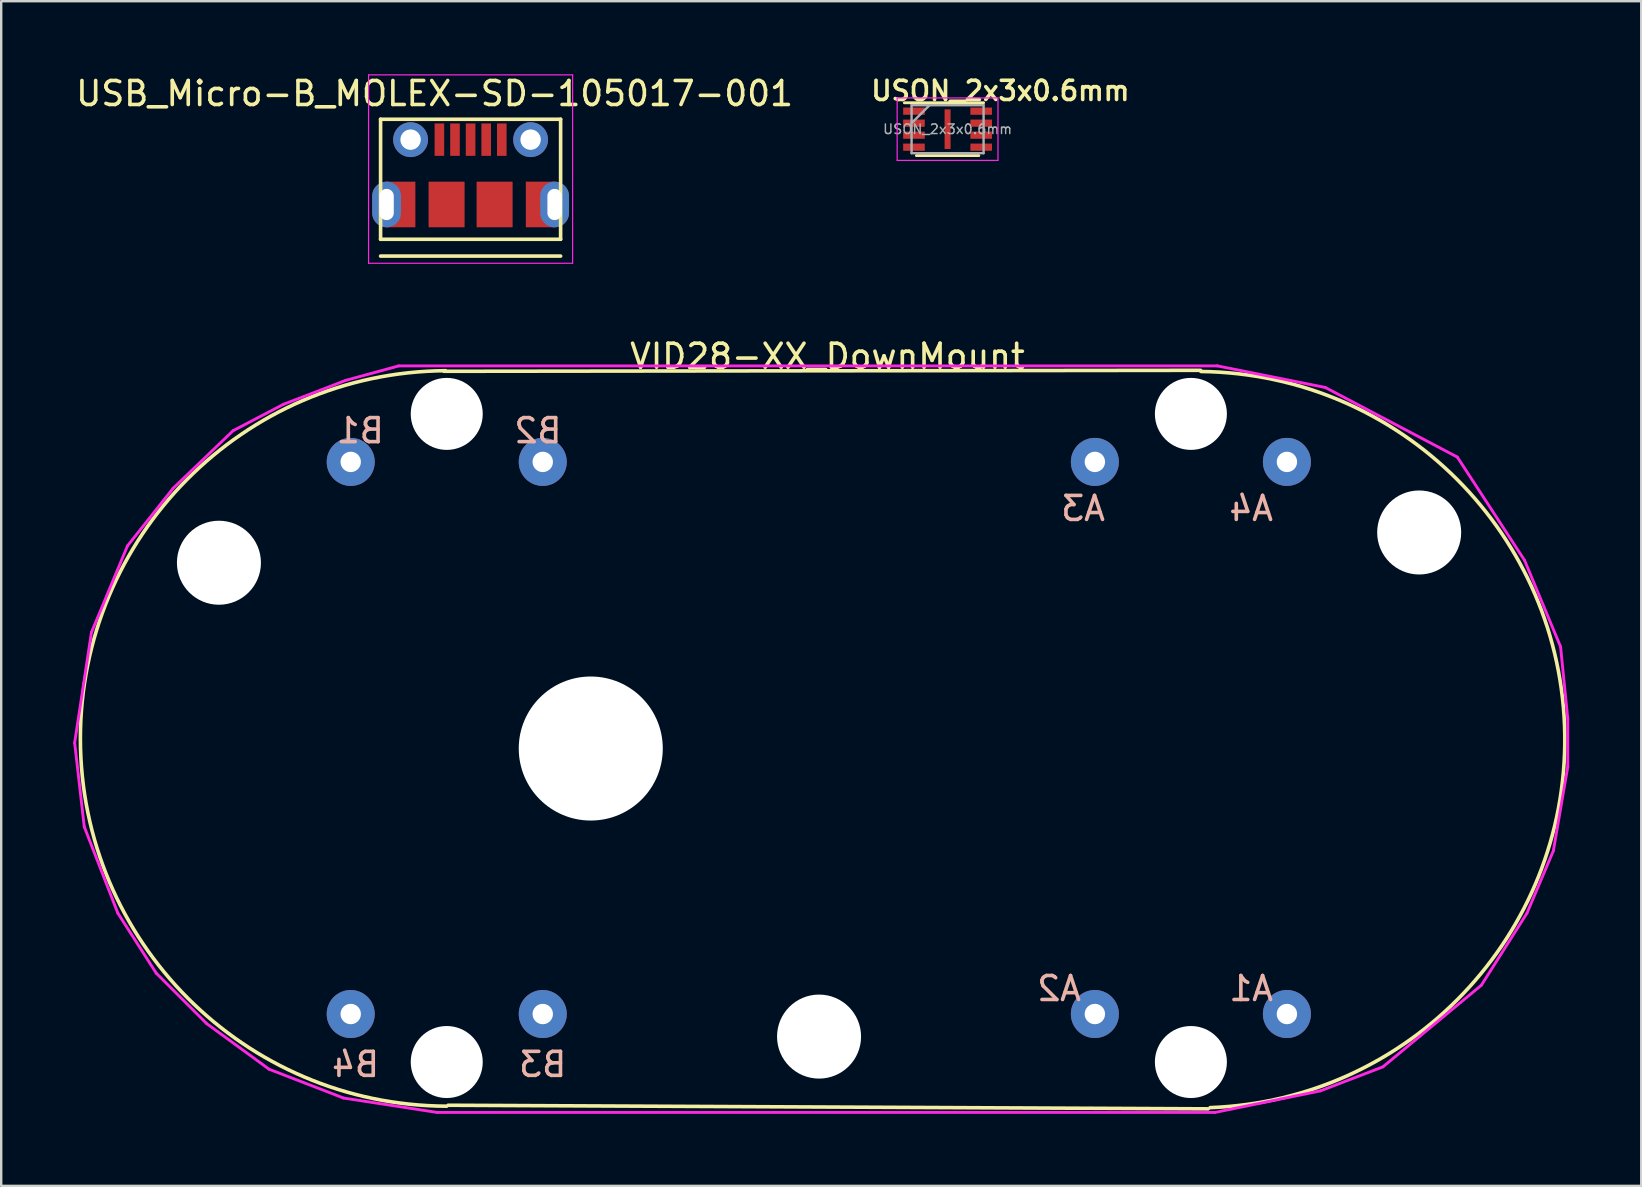
<source format=kicad_pcb>
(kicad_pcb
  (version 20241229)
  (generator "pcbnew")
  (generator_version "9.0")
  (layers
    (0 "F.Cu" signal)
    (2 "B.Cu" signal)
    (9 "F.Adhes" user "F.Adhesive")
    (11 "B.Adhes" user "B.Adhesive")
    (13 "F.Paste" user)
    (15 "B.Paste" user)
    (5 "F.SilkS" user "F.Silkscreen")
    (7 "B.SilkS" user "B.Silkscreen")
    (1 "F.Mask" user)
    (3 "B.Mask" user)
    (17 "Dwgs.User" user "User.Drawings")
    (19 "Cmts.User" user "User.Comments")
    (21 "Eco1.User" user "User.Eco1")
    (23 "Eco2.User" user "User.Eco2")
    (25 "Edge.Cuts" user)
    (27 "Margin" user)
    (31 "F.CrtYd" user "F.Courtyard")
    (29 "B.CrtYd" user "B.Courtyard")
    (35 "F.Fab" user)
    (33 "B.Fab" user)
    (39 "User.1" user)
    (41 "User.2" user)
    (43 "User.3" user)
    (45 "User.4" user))
  (footprint "VID28-XX_DownMount"
    (layer "F.Cu")
    (at 14.56 12.892)
    (property "Reference" "VID28-XX_DownMount" (at 16.86 -1.1 0) (layer "F.SilkS") (effects (font (size 1 1) (thickness 0.15))))
    (attr through_hole)
    (fp_line (start 0.884 -0.475) (end 32.404 -0.515) (stroke (width 0.15) (type solid)) (layer "F.SilkS"))
    (fp_line (start 1.06 30.1) (end 32.72 30.25) (stroke (width 0.15) (type solid)) (layer "F.SilkS"))
    (fp_arc (start 1 30.139479) (mid -14.259975 14.844601) (end 0.95 -0.5) (stroke (width 0.15) (type solid)) (layer "F.SilkS"))
    (fp_arc (start 32.420026 -0.466829) (mid 47.577737 14.68113) (end 32.8 30.2) (stroke (width 0.15) (type solid)) (layer "F.SilkS"))
    (fp_line (start -14.5 15) (end -13.8 10.4) (stroke (width 0.12) (type solid)) (layer "F.CrtYd"))
    (fp_line (start -14.1 18.5) (end -14.5 15) (stroke (width 0.12) (type solid)) (layer "F.CrtYd"))
    (fp_line (start -13.8 10.4) (end -12.3 6.8) (stroke (width 0.12) (type solid)) (layer "F.CrtYd"))
    (fp_line (start -12.7 22.1) (end -14.1 18.5) (stroke (width 0.12) (type solid)) (layer "F.CrtYd"))
    (fp_line (start -12.3 6.8) (end -10.4 4.4) (stroke (width 0.12) (type solid)) (layer "F.CrtYd"))
    (fp_line (start -11.1 24.6) (end -12.7 22.1) (stroke (width 0.12) (type solid)) (layer "F.CrtYd"))
    (fp_line (start -10.4 4.4) (end -7.9 2) (stroke (width 0.12) (type solid)) (layer "F.CrtYd"))
    (fp_line (start -9 26.7) (end -11.1 24.6) (stroke (width 0.12) (type solid)) (layer "F.CrtYd"))
    (fp_line (start -7.9 2) (end -5.8 0.9) (stroke (width 0.12) (type solid)) (layer "F.CrtYd"))
    (fp_line (start -6.4 28.6) (end -9 26.7) (stroke (width 0.12) (type solid)) (layer "F.CrtYd"))
    (fp_line (start -5.8 0.9) (end -3.2 -0.1) (stroke (width 0.12) (type solid)) (layer "F.CrtYd"))
    (fp_line (start -3.3 29.8) (end -6.4 28.6) (stroke (width 0.12) (type solid)) (layer "F.CrtYd"))
    (fp_line (start -3.2 -0.1) (end -1 -0.7) (stroke (width 0.12) (type solid)) (layer "F.CrtYd"))
    (fp_line (start -1 -0.7) (end 33.1 -0.7) (stroke (width 0.12) (type solid)) (layer "F.CrtYd"))
    (fp_line (start 0.6 30.4) (end -3.3 29.8) (stroke (width 0.12) (type solid)) (layer "F.CrtYd"))
    (fp_line (start 33 30.4) (end 0.6 30.4) (stroke (width 0.12) (type solid)) (layer "F.CrtYd"))
    (fp_line (start 33.1 -0.7) (end 37.6 0.2) (stroke (width 0.12) (type solid)) (layer "F.CrtYd"))
    (fp_line (start 37.4 29.5) (end 33 30.4) (stroke (width 0.12) (type solid)) (layer "F.CrtYd"))
    (fp_line (start 37.6 0.2) (end 43.1 3.1) (stroke (width 0.12) (type solid)) (layer "F.CrtYd"))
    (fp_line (start 40 28.5) (end 37.4 29.5) (stroke (width 0.12) (type solid)) (layer "F.CrtYd"))
    (fp_line (start 43.1 3.1) (end 45.9 7.4) (stroke (width 0.12) (type solid)) (layer "F.CrtYd"))
    (fp_line (start 44.1 25.1) (end 40 28.5) (stroke (width 0.12) (type solid)) (layer "F.CrtYd"))
    (fp_line (start 45.9 7.4) (end 47.4 11) (stroke (width 0.12) (type solid)) (layer "F.CrtYd"))
    (fp_line (start 46 22.1) (end 44.1 25.1) (stroke (width 0.12) (type solid)) (layer "F.CrtYd"))
    (fp_line (start 47.1 19.5) (end 46 22.1) (stroke (width 0.12) (type solid)) (layer "F.CrtYd"))
    (fp_line (start 47.4 11) (end 47.7 14) (stroke (width 0.12) (type solid)) (layer "F.CrtYd"))
    (fp_line (start 47.7 14) (end 47.7 16) (stroke (width 0.12) (type solid)) (layer "F.CrtYd"))
    (fp_line (start 47.7 16) (end 47.1 19.5) (stroke (width 0.12) (type solid)) (layer "F.CrtYd"))
    (fp_text user "A3" (at 27.51 5.24 0) (layer "B.SilkS") (effects (font (size 1 1) (thickness 0.15)) (justify mirror)))
    (fp_text user "A4" (at 34.51 5.24 0) (layer "B.SilkS") (effects (font (size 1 1) (thickness 0.15)) (justify mirror)))
    (fp_text user "A2" (at 26.51 25.24 0) (layer "B.SilkS") (effects (font (size 1 1) (thickness 0.15)) (justify mirror)))
    (fp_text user "B1" (at -2.6 2 0) (layer "B.SilkS") (effects (font (size 1 1) (thickness 0.15)) (justify mirror)))
    (fp_text user "B4" (at -2.8 28.4 0) (layer "B.SilkS") (effects (font (size 1 1) (thickness 0.15)) (justify mirror)))
    (fp_text user "B3" (at 5 28.4 0) (layer "B.SilkS") (effects (font (size 1 1) (thickness 0.15)) (justify mirror)))
    (fp_text user "A1" (at 34.51 25.24 0) (layer "B.SilkS") (effects (font (size 1 1) (thickness 0.15)) (justify mirror)))
    (fp_text user "B2" (at 4.8 2 0) (layer "B.SilkS") (effects (font (size 1 1) (thickness 0.15)) (justify mirror)))
    (pad "" np_thru_hole circle (at -8.49 7.5) (size 3.5 3.5) (drill 3.5) (layers "*.Cu" "*.Mask"))
    (pad "" np_thru_hole circle (at 1 1.3) (size 3 3) (drill 3) (layers "*.Cu" "*.Mask"))
    (pad "" np_thru_hole circle (at 1 28.3) (size 3 3) (drill 3) (layers "*.Cu" "*.Mask"))
    (pad "" np_thru_hole circle (at 7 15.24) (size 6 6) (drill 6) (layers "*.Cu" "*.Mask"))
    (pad "" np_thru_hole circle (at 16.51 27.24) (size 3.5 3.5) (drill 3.5) (layers "*.Cu" "*.Mask"))
    (pad "" np_thru_hole circle (at 32 1.3) (size 3 3) (drill 3) (layers "*.Cu" "*.Mask"))
    (pad "" np_thru_hole circle (at 32 28.3) (size 3 3) (drill 3) (layers "*.Cu" "*.Mask"))
    (pad "" np_thru_hole circle (at 41.51 6.24) (size 3.5 3.5) (drill 3.5) (layers "*.Cu" "*.Mask"))
    (pad "1" thru_hole circle (at 36 3.3) (size 2 2) (drill 0.85) (layers "*.Cu" "*.Mask"))
    (pad "2" thru_hole circle (at 28 3.3) (size 2 2) (drill 0.85) (layers "*.Cu" "*.Mask"))
    (pad "3" thru_hole circle (at 5 3.3) (size 2 2) (drill 0.85) (layers "*.Cu" "*.Mask"))
    (pad "4" thru_hole circle (at -3 3.3) (size 2 2) (drill 0.85) (layers "*.Cu" "*.Mask"))
    (pad "5" thru_hole circle (at -3 26.3) (size 2 2) (drill 0.85) (layers "*.Cu" "*.Mask"))
    (pad "6" thru_hole circle (at 5 26.3) (size 2 2) (drill 0.85) (layers "*.Cu" "*.Mask"))
    (pad "7" thru_hole circle (at 28 26.3) (size 2 2) (drill 0.85) (layers "*.Cu" "*.Mask"))
    (pad "8" thru_hole circle (at 36 26.3) (size 2 2) (drill 0.85) (layers "*.Cu" "*.Mask")))
  (footprint "USB_Micro-B_MOLEX-SD-105017-001"
    (layer "F.Cu")
    (at 16.554 5.468)
    (property "Reference" "USB_Micro-B_MOLEX-SD-105017-001" (at -1.5 -4.62 0) (layer "F.SilkS") (effects (font (size 1 1) (thickness 0.15))))
    (attr smd)
    (fp_line (start -3.75 -3.55) (end -3.75 1.45) (stroke (width 0.15) (type solid)) (layer "F.SilkS"))
    (fp_line (start 3.75 -3.55) (end -3.75 -3.55) (stroke (width 0.15) (type solid)) (layer "F.SilkS"))
    (fp_line (start 3.75 1.45) (end -3.75 1.45) (stroke (width 0.15) (type solid)) (layer "F.SilkS"))
    (fp_line (start 3.75 1.45) (end 3.75 -3.55) (stroke (width 0.15) (type solid)) (layer "F.SilkS"))
    (fp_line (start 3.75 2.15) (end -3.75 2.15) (stroke (width 0.15) (type solid)) (layer "F.SilkS"))
    (fp_line (start -4.25 -5.4) (end 4.25 -5.4) (stroke (width 0.05) (type solid)) (layer "F.CrtYd"))
    (fp_line (start -4.25 2.45) (end -4.25 -5.4) (stroke (width 0.05) (type solid)) (layer "F.CrtYd"))
    (fp_line (start 4.25 -5.4) (end 4.25 2.45) (stroke (width 0.05) (type solid)) (layer "F.CrtYd"))
    (fp_line (start 4.25 2.45) (end -4.25 2.45) (stroke (width 0.05) (type solid)) (layer "F.CrtYd"))
    (pad "1" smd rect (at -1.3 -2.7 180) (size 0.4 1.35) (layers "F.Cu" "F.Mask" "F.Paste"))
    (pad "2" smd rect (at -0.65 -2.7 180) (size 0.4 1.35) (layers "F.Cu" "F.Mask" "F.Paste"))
    (pad "3" smd rect (at 0 -2.7 180) (size 0.4 1.35) (layers "F.Cu" "F.Mask" "F.Paste"))
    (pad "4" smd rect (at 0.65 -2.7 180) (size 0.4 1.35) (layers "F.Cu" "F.Mask" "F.Paste"))
    (pad "5" smd rect (at 1.3 -2.7 180) (size 0.4 1.35) (layers "F.Cu" "F.Mask" "F.Paste"))
    (pad "6" thru_hole oval (at -3.5 0 180) (size 1.2 1.9) (drill oval 0.6 1.3) (layers "*.Cu" "*.Mask"))
    (pad "6" smd rect (at -2.9 0 180) (size 1.2 1.9) (layers "F.Cu" "F.Mask" "F.Paste"))
    (pad "6" thru_hole circle (at -2.5 -2.7 90) (size 1.45 1.45) (drill 0.85) (layers "*.Cu" "*.Mask"))
    (pad "6" smd rect (at -1 0) (size 1.5 1.9) (layers "F.Cu" "F.Mask" "F.Paste"))
    (pad "6" smd rect (at 1 0) (size 1.5 1.9) (layers "F.Cu" "F.Mask" "F.Paste"))
    (pad "6" thru_hole circle (at 2.5 -2.7 90) (size 1.45 1.45) (drill 0.85) (layers "*.Cu" "*.Mask"))
    (pad "6" smd rect (at 2.9 0 180) (size 1.2 1.9) (layers "F.Cu" "F.Mask" "F.Paste"))
    (pad "6" thru_hole oval (at 3.5 0 180) (size 1.2 1.9) (drill oval 0.6 1.3) (layers "*.Cu" "*.Mask")))
  (footprint "USON_2x3x0.6mm"
    (layer "F.Cu")
    (at 36.424 2.331)
    (property "Reference" "USON_2x3x0.6mm" (at 2.2 -1.6 0) (layer "F.SilkS") (effects (font (size 0.8 0.8) (thickness 0.15))))
    (attr smd)
    (fp_line (start -1.8 -1.1) (end 1.5 -1.1) (stroke (width 0.12) (type solid)) (layer "F.SilkS"))
    (fp_line (start -1.3 1.1) (end 1.3 1.1) (stroke (width 0.12) (type solid)) (layer "F.SilkS"))
    (fp_line (start -2.1 -1.3) (end 2.1 -1.3) (stroke (width 0.05) (type solid)) (layer "F.CrtYd"))
    (fp_line (start -2.1 1.3) (end -2.1 -1.3) (stroke (width 0.05) (type solid)) (layer "F.CrtYd"))
    (fp_line (start 2.1 -1.3) (end 2.1 1.3) (stroke (width 0.05) (type solid)) (layer "F.CrtYd"))
    (fp_line (start 2.1 1.3) (end -2.1 1.3) (stroke (width 0.05) (type solid)) (layer "F.CrtYd"))
    (fp_line (start -1.5 -1) (end 1.5 -1) (stroke (width 0.1) (type solid)) (layer "F.Fab"))
    (fp_line (start -1.5 -0.25) (end -0.75 -1) (stroke (width 0.1) (type solid)) (layer "F.Fab"))
    (fp_line (start -1.5 1) (end -1.5 -1) (stroke (width 0.1) (type solid)) (layer "F.Fab"))
    (fp_line (start 1.5 -1) (end 1.5 1) (stroke (width 0.1) (type solid)) (layer "F.Fab"))
    (fp_line (start 1.5 1) (end -1.5 1) (stroke (width 0.1) (type solid)) (layer "F.Fab"))
    (fp_text user "${REFERENCE}" (at 0 0 0) (layer "F.Fab") (effects (font (size 0.4 0.4) (thickness 0.06))))
    (pad "1" smd rect (at -1.4 -0.75 90) (size 0.3 0.9) (layers "F.Cu" "F.Mask" "F.Paste"))
    (pad "2" smd rect (at -1.4 -0.25 90) (size 0.3 0.9) (layers "F.Cu" "F.Mask" "F.Paste"))
    (pad "3" smd rect (at -1.4 0.25 90) (size 0.3 0.9) (layers "F.Cu" "F.Mask" "F.Paste"))
    (pad "4" smd rect (at -1.4 0.75 90) (size 0.3 0.9) (layers "F.Cu" "F.Mask" "F.Paste"))
    (pad "5" smd rect (at 1.4 0.75 90) (size 0.3 0.9) (layers "F.Cu" "F.Mask" "F.Paste"))
    (pad "6" smd rect (at 1.4 0.25 90) (size 0.3 0.9) (layers "F.Cu" "F.Mask" "F.Paste"))
    (pad "7" smd rect (at 1.4 -0.25 90) (size 0.3 0.9) (layers "F.Cu" "F.Mask" "F.Paste"))
    (pad "8" smd rect (at 1.4 -0.75 90) (size 0.3 0.9) (layers "F.Cu" "F.Mask" "F.Paste"))
    (pad "9" smd rect (at 0 0) (size 0.25 1.65) (layers "F.Cu" "F.Mask" "F.Paste")))
  (gr_rect
    (start -3 -3)
    (end 65.32 46.352)
    (stroke (width 0.1) (type default))
    (fill no)
    (layer "Edge.Cuts")))
</source>
